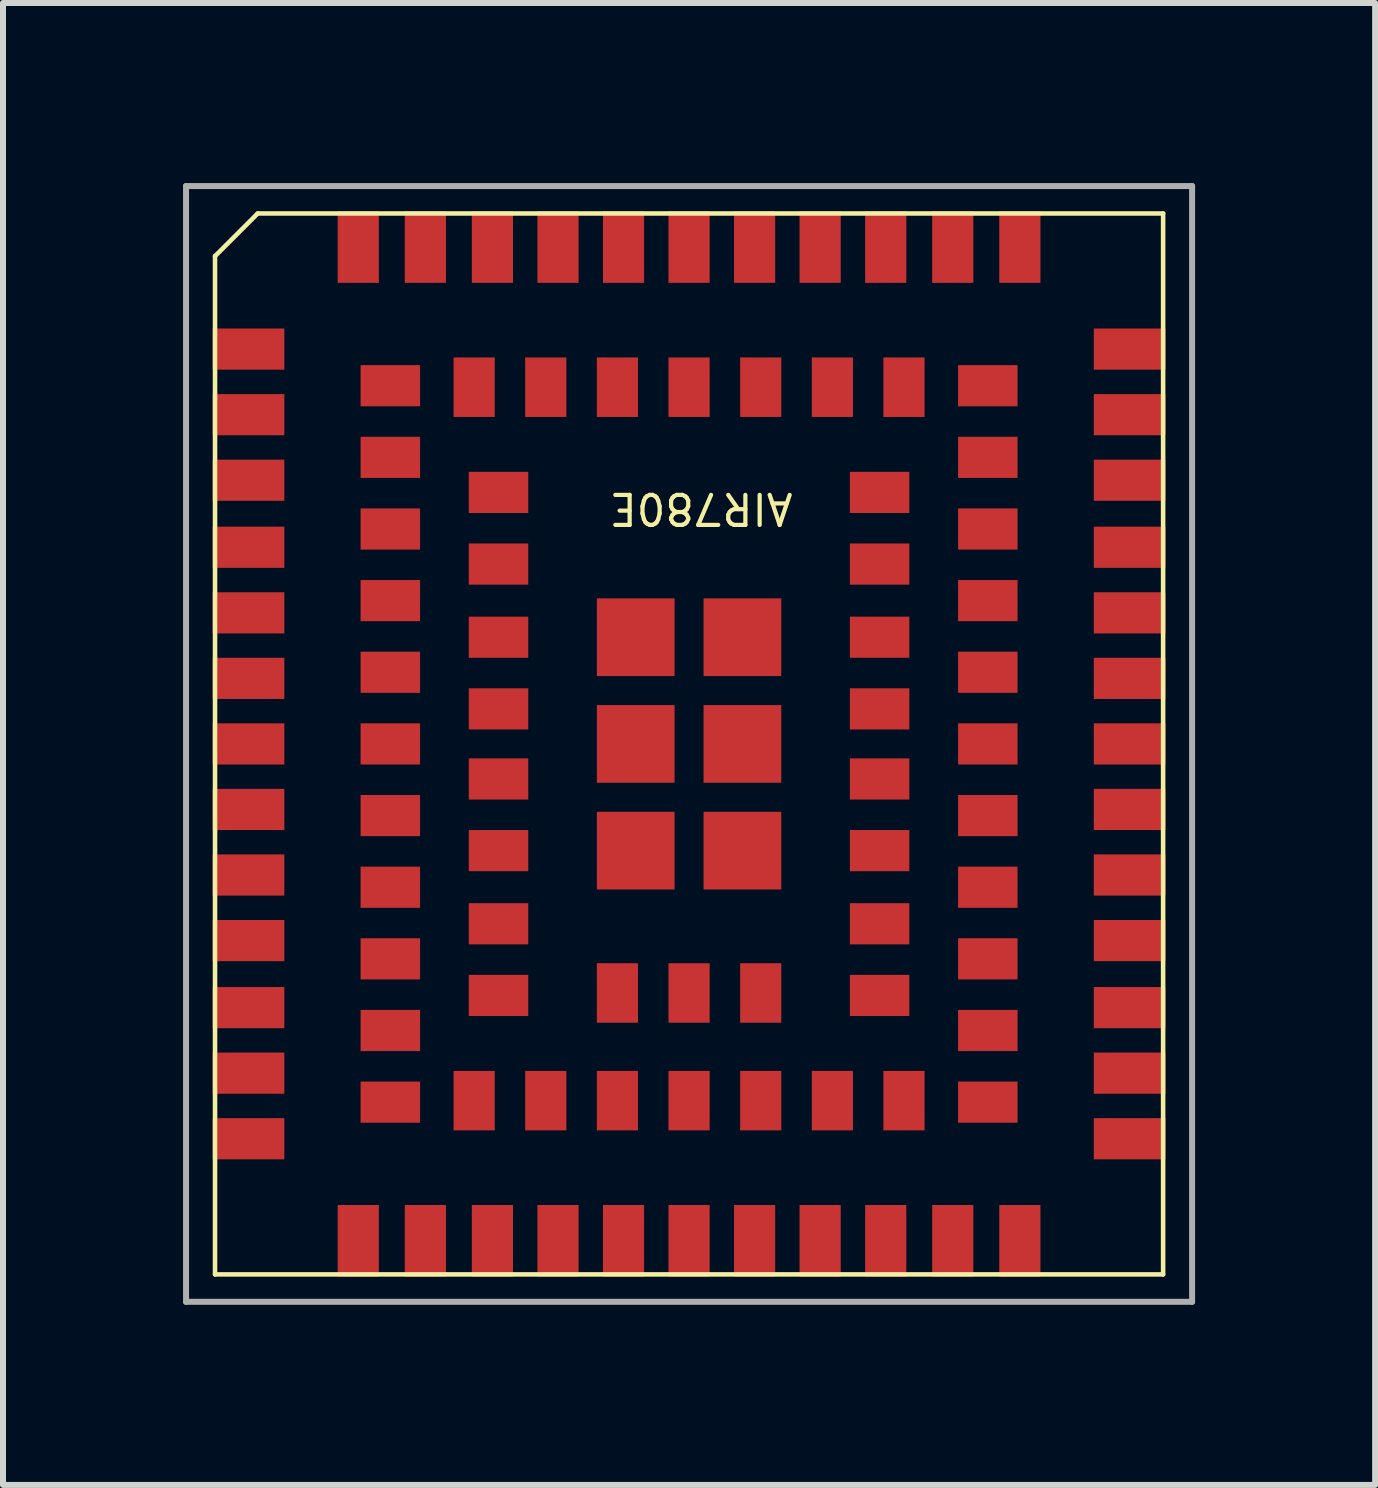
<source format=kicad_pcb>
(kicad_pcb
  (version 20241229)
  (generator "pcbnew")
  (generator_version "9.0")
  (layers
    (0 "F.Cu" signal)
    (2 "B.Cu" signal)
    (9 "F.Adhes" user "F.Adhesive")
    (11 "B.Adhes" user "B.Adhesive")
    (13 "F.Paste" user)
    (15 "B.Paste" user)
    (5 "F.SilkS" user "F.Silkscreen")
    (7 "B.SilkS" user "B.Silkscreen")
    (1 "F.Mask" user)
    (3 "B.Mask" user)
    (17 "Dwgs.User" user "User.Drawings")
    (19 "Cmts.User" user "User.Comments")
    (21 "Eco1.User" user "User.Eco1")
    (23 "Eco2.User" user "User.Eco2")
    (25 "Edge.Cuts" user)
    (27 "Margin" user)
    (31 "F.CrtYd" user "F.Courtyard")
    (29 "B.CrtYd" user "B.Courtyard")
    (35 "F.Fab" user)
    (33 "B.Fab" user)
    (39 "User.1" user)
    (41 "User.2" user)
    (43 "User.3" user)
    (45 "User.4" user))
  (footprint "AIR780E"
    (layer "F.Cu")
    (at 8.432 9.346)
    (property "Reference" "AIR780E" (at 0.2 -3.922 180) (unlocked yes) (layer "F.SilkS") (effects (font (size 0.5 0.5) (thickness 0.07))))
    (fp_line (start -7.899 -8.128) (end -7.188 -8.839) (stroke (width 0.076) (type solid)) (layer "F.SilkS"))
    (fp_line (start -7.899 8.839) (end -7.899 -8.128) (stroke (width 0.076) (type solid)) (layer "F.SilkS"))
    (fp_line (start -7.899 8.839) (end 7.899 8.839) (stroke (width 0.076) (type solid)) (layer "F.SilkS"))
    (fp_line (start -7.188 -8.839) (end 7.899 -8.839) (stroke (width 0.076) (type solid)) (layer "F.SilkS"))
    (fp_line (start 7.899 8.839) (end 7.899 -8.839) (stroke (width 0.076) (type solid)) (layer "F.SilkS"))
    (fp_line (start -8.382 -9.296) (end 8.382 -9.296) (stroke (width 0.1) (type solid)) (layer "F.Fab"))
    (fp_line (start -8.382 9.296) (end -8.382 -9.296) (stroke (width 0.1) (type solid)) (layer "F.Fab"))
    (fp_line (start -8.382 9.296) (end 8.382 9.296) (stroke (width 0.1) (type solid)) (layer "F.Fab"))
    (fp_line (start 8.382 9.296) (end 8.382 -9.296) (stroke (width 0.1) (type solid)) (layer "F.Fab"))
    (pad "1" smd rect (at -7.341 -6.579) (size 1.194 0.686) (layers "F.Cu" "F.Mask" "F.Paste"))
    (pad "2" smd rect (at -7.341 -5.486) (size 1.194 0.686) (layers "F.Cu" "F.Mask" "F.Paste"))
    (pad "3" smd rect (at -7.341 -4.394) (size 1.194 0.686) (layers "F.Cu" "F.Mask" "F.Paste"))
    (pad "4" smd rect (at -7.341 -3.277) (size 1.194 0.686) (layers "F.Cu" "F.Mask" "F.Paste"))
    (pad "5" smd rect (at -7.341 -2.184) (size 1.194 0.686) (layers "F.Cu" "F.Mask" "F.Paste"))
    (pad "6" smd rect (at -7.341 -1.092) (size 1.194 0.686) (layers "F.Cu" "F.Mask" "F.Paste"))
    (pad "7" smd rect (at -7.341 0) (size 1.194 0.686) (layers "F.Cu" "F.Mask" "F.Paste"))
    (pad "8" smd rect (at -7.341 1.092) (size 1.194 0.686) (layers "F.Cu" "F.Mask" "F.Paste"))
    (pad "9" smd rect (at -7.341 2.184) (size 1.194 0.686) (layers "F.Cu" "F.Mask" "F.Paste"))
    (pad "10" smd rect (at -7.341 3.277) (size 1.194 0.686) (layers "F.Cu" "F.Mask" "F.Paste"))
    (pad "11" smd rect (at -7.341 4.394) (size 1.194 0.686) (layers "F.Cu" "F.Mask" "F.Paste"))
    (pad "12" smd rect (at -7.341 5.486) (size 1.194 0.686) (layers "F.Cu" "F.Mask" "F.Paste"))
    (pad "13" smd rect (at -7.341 6.579) (size 1.194 0.686) (layers "F.Cu" "F.Mask" "F.Paste"))
    (pad "14" smd rect (at -4.394 8.28 90) (size 1.194 0.686) (layers "F.Cu" "F.Mask" "F.Paste"))
    (pad "15" smd rect (at -3.277 8.28 90) (size 1.194 0.686) (layers "F.Cu" "F.Mask" "F.Paste"))
    (pad "16" smd rect (at -2.184 8.28 90) (size 1.194 0.686) (layers "F.Cu" "F.Mask" "F.Paste"))
    (pad "17" smd rect (at -1.092 8.28 90) (size 1.194 0.686) (layers "F.Cu" "F.Mask" "F.Paste"))
    (pad "18" smd rect (at 0 8.28 90) (size 1.194 0.686) (layers "F.Cu" "F.Mask" "F.Paste"))
    (pad "19" smd rect (at 1.092 8.28 90) (size 1.194 0.686) (layers "F.Cu" "F.Mask" "F.Paste"))
    (pad "20" smd rect (at 2.184 8.28 90) (size 1.194 0.686) (layers "F.Cu" "F.Mask" "F.Paste"))
    (pad "21" smd rect (at 3.277 8.28 90) (size 1.194 0.686) (layers "F.Cu" "F.Mask" "F.Paste"))
    (pad "22" smd rect (at 4.394 8.28 90) (size 1.194 0.686) (layers "F.Cu" "F.Mask" "F.Paste"))
    (pad "23" smd rect (at 7.341 6.579) (size 1.194 0.686) (layers "F.Cu" "F.Mask" "F.Paste"))
    (pad "24" smd rect (at 7.341 5.486) (size 1.194 0.686) (layers "F.Cu" "F.Mask" "F.Paste"))
    (pad "25" smd rect (at 7.341 4.394) (size 1.194 0.686) (layers "F.Cu" "F.Mask" "F.Paste"))
    (pad "26" smd rect (at 7.341 3.277) (size 1.194 0.686) (layers "F.Cu" "F.Mask" "F.Paste"))
    (pad "27" smd rect (at 7.341 2.184) (size 1.194 0.686) (layers "F.Cu" "F.Mask" "F.Paste"))
    (pad "28" smd rect (at 7.341 1.092) (size 1.194 0.686) (layers "F.Cu" "F.Mask" "F.Paste"))
    (pad "29" smd rect (at 7.341 0) (size 1.194 0.686) (layers "F.Cu" "F.Mask" "F.Paste"))
    (pad "30" smd rect (at 7.341 -1.092) (size 1.194 0.686) (layers "F.Cu" "F.Mask" "F.Paste"))
    (pad "31" smd rect (at 7.341 -2.184) (size 1.194 0.686) (layers "F.Cu" "F.Mask" "F.Paste"))
    (pad "32" smd rect (at 7.341 -3.277) (size 1.194 0.686) (layers "F.Cu" "F.Mask" "F.Paste"))
    (pad "33" smd rect (at 7.341 -4.394) (size 1.194 0.686) (layers "F.Cu" "F.Mask" "F.Paste"))
    (pad "34" smd rect (at 7.341 -5.486) (size 1.194 0.686) (layers "F.Cu" "F.Mask" "F.Paste"))
    (pad "35" smd rect (at 7.341 -6.579) (size 1.194 0.686) (layers "F.Cu" "F.Mask" "F.Paste"))
    (pad "36" smd rect (at 4.394 -8.28 90) (size 1.194 0.686) (layers "F.Cu" "F.Mask" "F.Paste"))
    (pad "37" smd rect (at 3.277 -8.28 90) (size 1.194 0.686) (layers "F.Cu" "F.Mask" "F.Paste"))
    (pad "38" smd rect (at 2.184 -8.28 90) (size 1.194 0.686) (layers "F.Cu" "F.Mask" "F.Paste"))
    (pad "39" smd rect (at 1.092 -8.28 90) (size 1.194 0.686) (layers "F.Cu" "F.Mask" "F.Paste"))
    (pad "40" smd rect (at 0 -8.28 90) (size 1.194 0.686) (layers "F.Cu" "F.Mask" "F.Paste"))
    (pad "41" smd rect (at -1.092 -8.28 90) (size 1.194 0.686) (layers "F.Cu" "F.Mask" "F.Paste"))
    (pad "42" smd rect (at -2.184 -8.28 90) (size 1.194 0.686) (layers "F.Cu" "F.Mask" "F.Paste"))
    (pad "43" smd rect (at -3.277 -8.28 90) (size 1.194 0.686) (layers "F.Cu" "F.Mask" "F.Paste"))
    (pad "44" smd rect (at -4.394 -8.28 90) (size 1.194 0.686) (layers "F.Cu" "F.Mask" "F.Paste"))
    (pad "45" smd rect (at -4.978 -4.775) (size 0.991 0.686) (layers "F.Cu" "F.Mask" "F.Paste"))
    (pad "46" smd rect (at -4.978 -3.581) (size 0.991 0.686) (layers "F.Cu" "F.Mask" "F.Paste"))
    (pad "47" smd rect (at -4.978 -2.388) (size 0.991 0.686) (layers "F.Cu" "F.Mask" "F.Paste"))
    (pad "48" smd rect (at -4.978 -1.194) (size 0.991 0.686) (layers "F.Cu" "F.Mask" "F.Paste"))
    (pad "49" smd rect (at -4.978 0) (size 0.991 0.686) (layers "F.Cu" "F.Mask" "F.Paste"))
    (pad "50" smd rect (at -4.978 1.194) (size 0.991 0.686) (layers "F.Cu" "F.Mask" "F.Paste"))
    (pad "51" smd rect (at -4.978 2.388) (size 0.991 0.686) (layers "F.Cu" "F.Mask" "F.Paste"))
    (pad "52" smd rect (at -4.978 3.581) (size 0.991 0.686) (layers "F.Cu" "F.Mask" "F.Paste"))
    (pad "53" smd rect (at -4.978 4.775) (size 0.991 0.686) (layers "F.Cu" "F.Mask" "F.Paste"))
    (pad "54" smd rect (at -2.388 5.944 90) (size 0.991 0.686) (layers "F.Cu" "F.Mask" "F.Paste"))
    (pad "55" smd rect (at -1.194 5.944 90) (size 0.991 0.686) (layers "F.Cu" "F.Mask" "F.Paste"))
    (pad "56" smd rect (at 0 5.944 90) (size 0.991 0.686) (layers "F.Cu" "F.Mask" "F.Paste"))
    (pad "57" smd rect (at 1.194 5.944 90) (size 0.991 0.686) (layers "F.Cu" "F.Mask" "F.Paste"))
    (pad "58" smd rect (at 2.388 5.944 90) (size 0.991 0.686) (layers "F.Cu" "F.Mask" "F.Paste"))
    (pad "59" smd rect (at 4.978 4.775) (size 0.991 0.686) (layers "F.Cu" "F.Mask" "F.Paste"))
    (pad "60" smd rect (at 4.978 3.581) (size 0.991 0.686) (layers "F.Cu" "F.Mask" "F.Paste"))
    (pad "61" smd rect (at 4.978 2.388) (size 0.991 0.686) (layers "F.Cu" "F.Mask" "F.Paste"))
    (pad "62" smd rect (at 4.978 1.194) (size 0.991 0.686) (layers "F.Cu" "F.Mask" "F.Paste"))
    (pad "63" smd rect (at 4.978 0) (size 0.991 0.686) (layers "F.Cu" "F.Mask" "F.Paste"))
    (pad "64" smd rect (at 4.978 -1.194) (size 0.991 0.686) (layers "F.Cu" "F.Mask" "F.Paste"))
    (pad "65" smd rect (at 4.978 -2.388) (size 0.991 0.686) (layers "F.Cu" "F.Mask" "F.Paste"))
    (pad "66" smd rect (at 4.978 -3.581) (size 0.991 0.686) (layers "F.Cu" "F.Mask" "F.Paste"))
    (pad "67" smd rect (at 4.978 -4.775) (size 0.991 0.686) (layers "F.Cu" "F.Mask" "F.Paste"))
    (pad "68" smd rect (at 2.388 -5.944 90) (size 0.991 0.686) (layers "F.Cu" "F.Mask" "F.Paste"))
    (pad "69" smd rect (at 1.194 -5.944 90) (size 0.991 0.686) (layers "F.Cu" "F.Mask" "F.Paste"))
    (pad "70" smd rect (at 0 -5.944 90) (size 0.991 0.686) (layers "F.Cu" "F.Mask" "F.Paste"))
    (pad "71" smd rect (at -1.194 -5.944 90) (size 0.991 0.686) (layers "F.Cu" "F.Mask" "F.Paste"))
    (pad "72" smd rect (at -2.388 -5.944 90) (size 0.991 0.686) (layers "F.Cu" "F.Mask" "F.Paste"))
    (pad "73" smd rect (at -3.175 -4.191) (size 0.991 0.686) (layers "F.Cu" "F.Mask" "F.Paste"))
    (pad "74" smd rect (at -3.175 -2.997) (size 0.991 0.686) (layers "F.Cu" "F.Mask" "F.Paste"))
    (pad "75" smd rect (at -3.175 -1.778) (size 0.991 0.686) (layers "F.Cu" "F.Mask" "F.Paste"))
    (pad "76" smd rect (at -3.175 -0.584) (size 0.991 0.686) (layers "F.Cu" "F.Mask" "F.Paste"))
    (pad "77" smd rect (at -3.175 0.584) (size 0.991 0.686) (layers "F.Cu" "F.Mask" "F.Paste"))
    (pad "78" smd rect (at -3.175 1.778) (size 0.991 0.686) (layers "F.Cu" "F.Mask" "F.Paste"))
    (pad "79" smd rect (at -3.175 2.997) (size 0.991 0.686) (layers "F.Cu" "F.Mask" "F.Paste"))
    (pad "80" smd rect (at -3.175 4.191) (size 0.991 0.686) (layers "F.Cu" "F.Mask" "F.Paste"))
    (pad "81" smd rect (at 3.175 4.191) (size 0.991 0.686) (layers "F.Cu" "F.Mask" "F.Paste"))
    (pad "82" smd rect (at 3.175 2.997) (size 0.991 0.686) (layers "F.Cu" "F.Mask" "F.Paste"))
    (pad "83" smd rect (at 3.175 1.778) (size 0.991 0.686) (layers "F.Cu" "F.Mask" "F.Paste"))
    (pad "84" smd rect (at 3.175 0.584) (size 0.991 0.686) (layers "F.Cu" "F.Mask" "F.Paste"))
    (pad "85" smd rect (at 3.175 -0.584) (size 0.991 0.686) (layers "F.Cu" "F.Mask" "F.Paste"))
    (pad "86" smd rect (at 3.175 -1.778) (size 0.991 0.686) (layers "F.Cu" "F.Mask" "F.Paste"))
    (pad "87" smd rect (at 3.175 -2.997) (size 0.991 0.686) (layers "F.Cu" "F.Mask" "F.Paste"))
    (pad "88" smd rect (at 3.175 -4.191) (size 0.991 0.686) (layers "F.Cu" "F.Mask" "F.Paste"))
    (pad "89" smd rect (at -0.889 -1.778) (size 1.295 1.295) (layers "F.Cu" "F.Mask" "F.Paste"))
    (pad "90" smd rect (at -0.889 0) (size 1.295 1.295) (layers "F.Cu" "F.Mask" "F.Paste"))
    (pad "91" smd rect (at -0.889 1.778) (size 1.295 1.295) (layers "F.Cu" "F.Mask" "F.Paste"))
    (pad "92" smd rect (at 0.889 1.778) (size 1.295 1.295) (layers "F.Cu" "F.Mask" "F.Paste"))
    (pad "93" smd rect (at 0.889 0) (size 1.295 1.295) (layers "F.Cu" "F.Mask" "F.Paste"))
    (pad "94" smd rect (at 0.889 -1.778) (size 1.295 1.295) (layers "F.Cu" "F.Mask" "F.Paste"))
    (pad "95" smd rect (at -5.512 8.28 90) (size 1.194 0.686) (layers "F.Cu" "F.Mask" "F.Paste"))
    (pad "96" smd rect (at 5.512 8.28 90) (size 1.194 0.686) (layers "F.Cu" "F.Mask" "F.Paste"))
    (pad "97" smd rect (at 5.512 -8.28 90) (size 1.194 0.686) (layers "F.Cu" "F.Mask" "F.Paste"))
    (pad "98" smd rect (at -5.512 -8.28 90) (size 1.194 0.686) (layers "F.Cu" "F.Mask" "F.Paste"))
    (pad "99" smd rect (at -4.978 -5.969) (size 0.991 0.686) (layers "F.Cu" "F.Mask" "F.Paste"))
    (pad "100" smd rect (at -4.978 5.969) (size 0.991 0.686) (layers "F.Cu" "F.Mask" "F.Paste"))
    (pad "101" smd rect (at -3.581 5.944 90) (size 0.991 0.686) (layers "F.Cu" "F.Mask" "F.Paste"))
    (pad "102" smd rect (at 3.581 5.944 90) (size 0.991 0.686) (layers "F.Cu" "F.Mask" "F.Paste"))
    (pad "103" smd rect (at 4.978 5.969) (size 0.991 0.686) (layers "F.Cu" "F.Mask" "F.Paste"))
    (pad "104" smd rect (at 4.978 -5.969) (size 0.991 0.686) (layers "F.Cu" "F.Mask" "F.Paste"))
    (pad "105" smd rect (at 3.581 -5.944 90) (size 0.991 0.686) (layers "F.Cu" "F.Mask" "F.Paste"))
    (pad "106" smd rect (at -3.581 -5.944 90) (size 0.991 0.686) (layers "F.Cu" "F.Mask" "F.Paste"))
    (pad "107" smd rect (at -1.194 4.15 90) (size 0.991 0.686) (layers "F.Cu" "F.Mask" "F.Paste"))
    (pad "108" smd rect (at 0 4.15 90) (size 0.991 0.686) (layers "F.Cu" "F.Mask" "F.Paste"))
    (pad "109" smd rect (at 1.194 4.15 90) (size 0.991 0.686) (layers "F.Cu" "F.Mask" "F.Paste")))
  (gr_rect
    (start -3 -3)
    (end 19.864 21.693)
    (stroke (width 0.1) (type default))
    (fill no)
    (layer "Edge.Cuts")))
</source>
